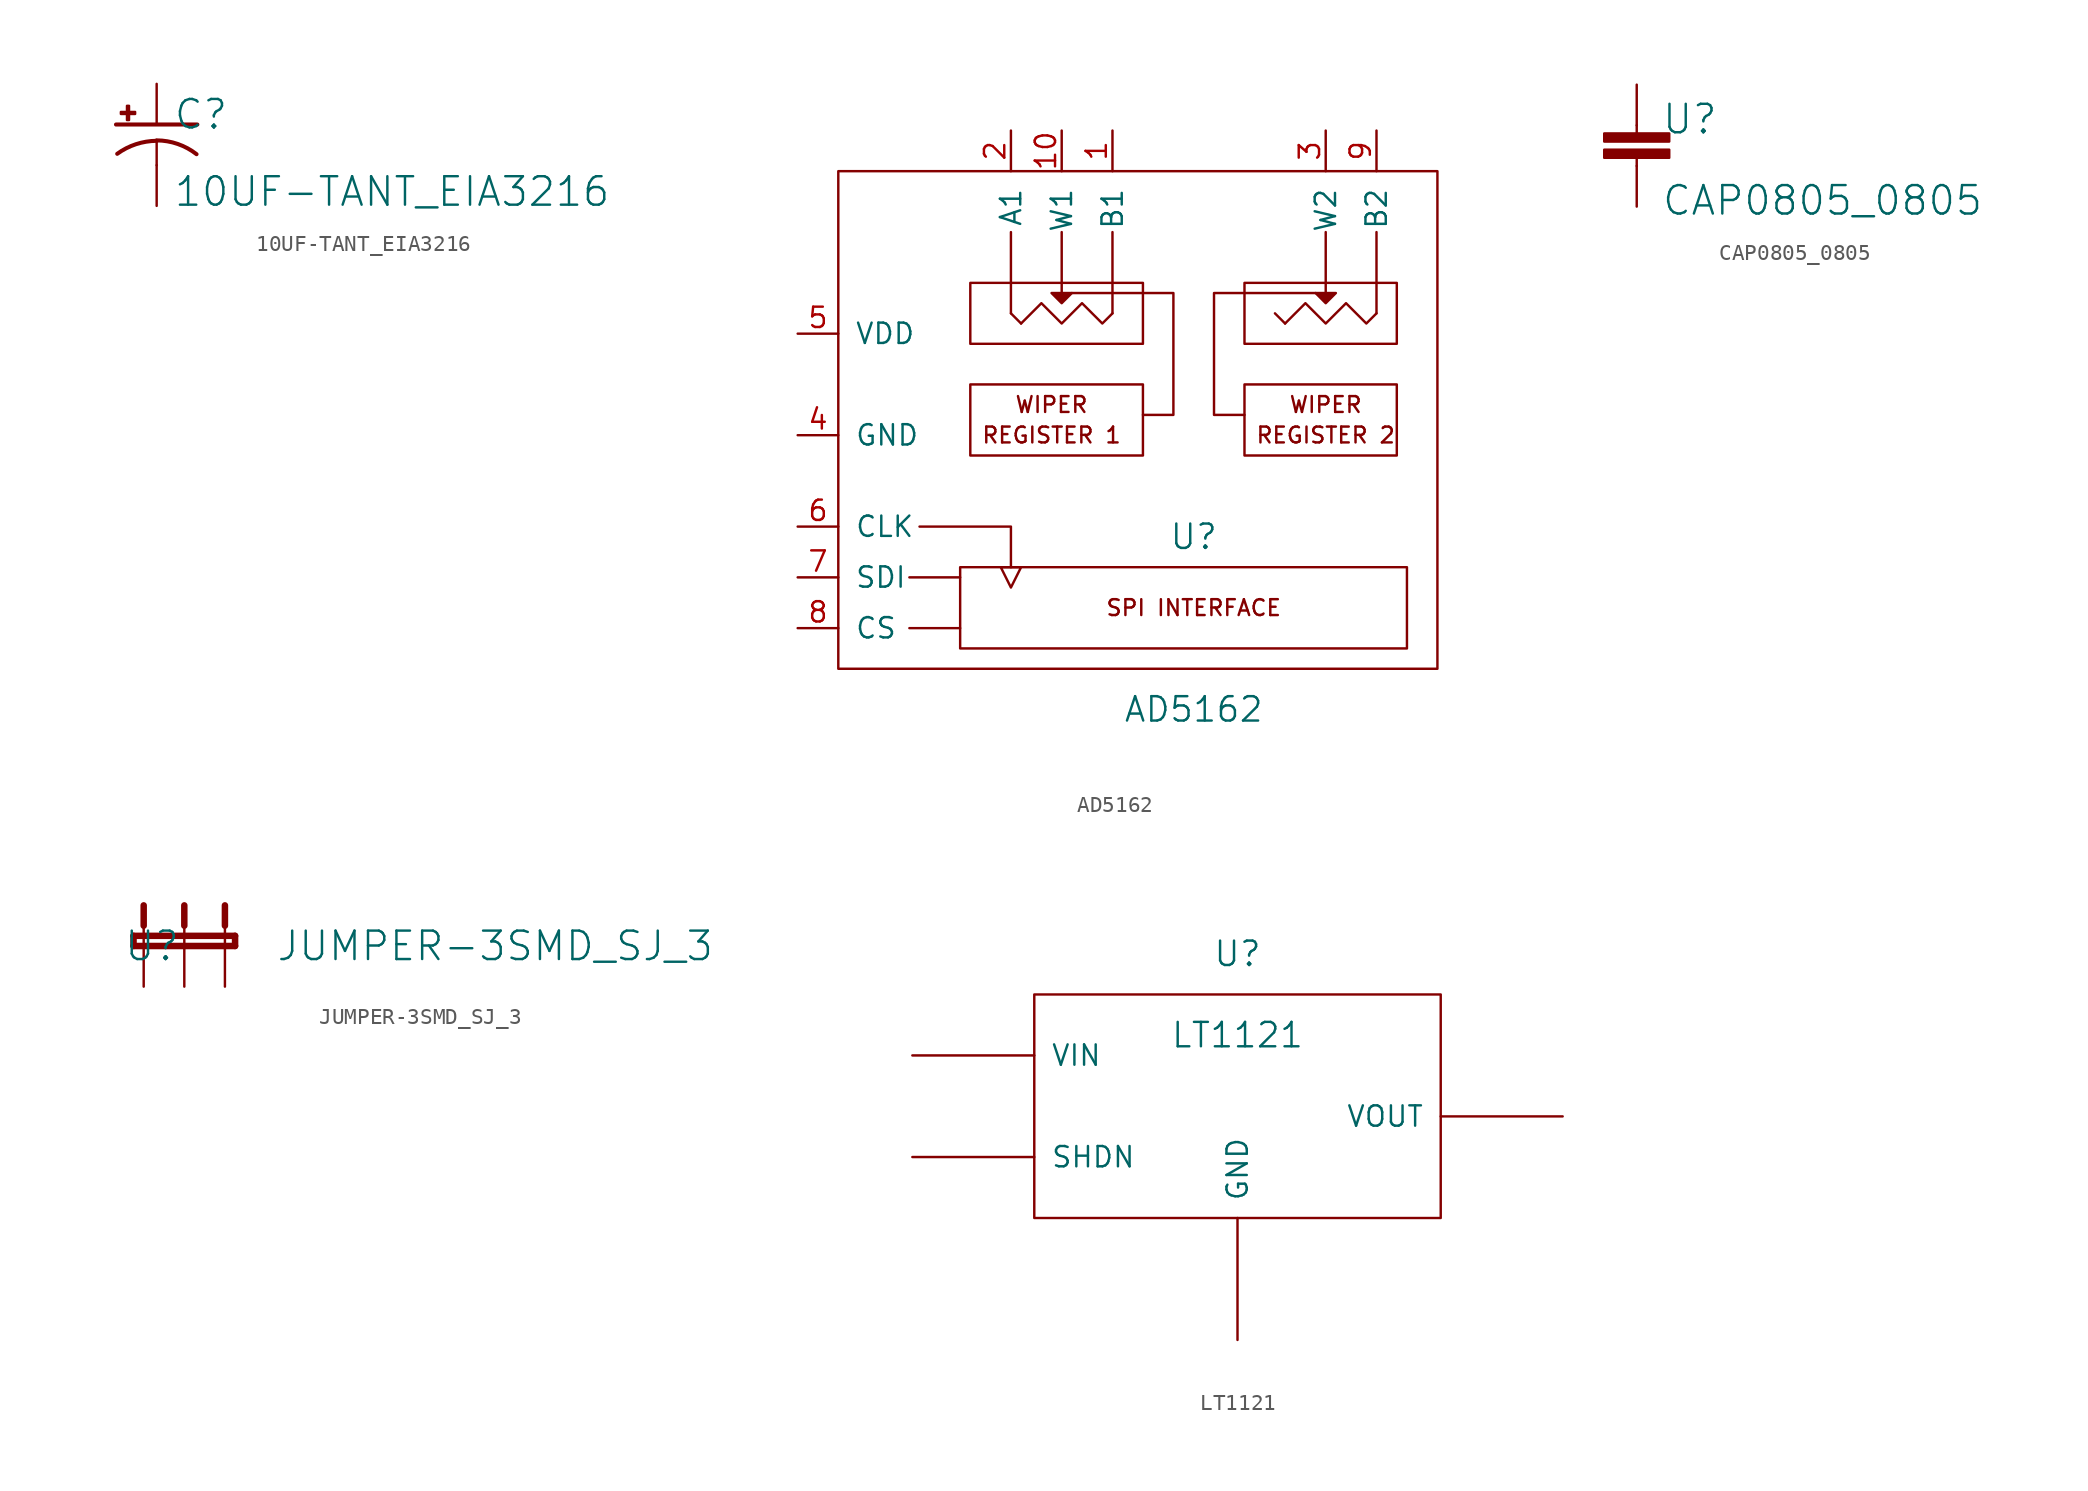
<source format=kicad_sym>
(kicad_symbol_lib
  (version 20211014)
  (generator kicad_symbol_editor)
  (symbol "10UF-TANT_EIA3216"
    (pin_names
      (offset 2.54))
    (property "Reference" "C"
      (at 1.016 0.635 0)
      (effects (font (size 1.778 1.778)) (justify left)))
    (property "Value" "10UF-TANT_EIA3216"
      (at 1.016 -4.191 0)
      (effects (font (size 1.778 1.778)) (justify left)))
    (property "Footprint" ""
      (at 0 0 0)
      (effects (font (size 1.524 1.524))))
    (property "Datasheet" ""
      (at 0 0 0)
      (effects (font (size 1.524 1.524))))
    (symbol "10UF-TANT_EIA3216_0_0"
      (arc (start 0 -1.016) (mid -1.2939 -1.2289) (end -2.4638 -1.8288) (stroke (width 0.254) (type default) (color 0 0 0 0)) (fill (type none)))
      (polyline (pts (xy -2.54 0) (xy 2.54 0)) (stroke (width 0.254) (type default) (color 0 0 0 0)) (fill (type none)))
      (polyline (pts (xy 0 -1.016) (xy 0 -2.54)) (stroke (width 0.152) (type default) (color 0 0 0 0)) (fill (type none)))
      (arc (start 2.4892 -1.8542) (mid 1.3167 -1.2157) (end 0 -0.9906) (stroke (width 0.254) (type default) (color 0 0 0 0)) (fill (type none)))
      (pin passive line (at 0 2.54 270) (length 2.54) (name "+" (effects (font (size 0 0)))) (number "A" (effects (font (size 0 0)))))
      (pin passive line (at 0 -5.08 90) (length 2.54) (name "-" (effects (font (size 0 0)))) (number "C" (effects (font (size 0 0))))))
    (symbol "10UF-TANT_EIA3216_0_1"
      (rectangle (start -2.235 0.66) (end -1.346 0.787) (stroke (width 0) (type default) (color 0 0 0 0)) (fill (type outline)))
      (rectangle (start -1.854 0.279) (end -1.727 1.168) (stroke (width 0) (type default) (color 0 0 0 0)) (fill (type outline)))))
  (symbol "AD5162"
    (pin_names
      (offset 1.016))
    (property "Reference" "U"
      (at 0 -1.905 0)
      (effects (font (size 1.524 1.524))))
    (property "Value" "AD5162"
      (at 0 -12.7 0)
      (effects (font (size 1.524 1.524))))
    (property "Footprint" ""
      (at 0 0 0)
      (effects (font (size 1.524 1.524))))
    (property "Datasheet" ""
      (at 0 0 0)
      (effects (font (size 1.524 1.524))))
    (symbol "AD5162_0_0"
      (polyline (pts (xy -17.78 -7.62) (xy -14.605 -7.62)) (stroke (width 0) (type default) (color 0 0 0 0)) (fill (type none)))
      (polyline (pts (xy -17.78 -4.445) (xy -14.605 -4.445)) (stroke (width 0) (type default) (color 0 0 0 0)) (fill (type none)))
      (polyline (pts (xy -11.43 12.065) (xy -11.43 17.145)) (stroke (width 0) (type default) (color 0 0 0 0)) (fill (type none)))
      (polyline (pts (xy -10.795 11.43) (xy -11.43 12.065)) (stroke (width 0) (type default) (color 0 0 0 0)) (fill (type none)))
      (polyline (pts (xy -5.08 12.065) (xy -5.08 17.145)) (stroke (width 0) (type default) (color 0 0 0 0)) (fill (type none)))
      (polyline (pts (xy 5.715 11.43) (xy 5.08 12.065)) (stroke (width 0) (type default) (color 0 0 0 0)) (fill (type none)))
      (polyline (pts (xy 8.255 17.145) (xy 8.255 13.335)) (stroke (width 0) (type default) (color 0 0 0 0)) (fill (type none)))
      (polyline (pts (xy 11.43 12.065) (xy 11.43 17.145)) (stroke (width 0) (type default) (color 0 0 0 0)) (fill (type none)))
      (polyline (pts (xy -17.145 -1.27) (xy -11.43 -1.27) (xy -11.43 -3.81)) (stroke (width 0) (type default) (color 0 0 0 0)) (fill (type none)))
      (polyline (pts (xy -3.175 5.715) (xy -1.27 5.715) (xy -1.27 13.335) (xy -7.62 13.335)) (stroke (width 0) (type default) (color 0 0 0 0)) (fill (type none)))
      (polyline (pts (xy 8.89 13.335) (xy 8.255 12.7) (xy 7.62 13.335) (xy 8.89 13.335)) (stroke (width 0) (type default) (color 0 0 0 0)) (fill (type outline)))
      (polyline (pts (xy -10.795 -3.81) (xy -11.43 -5.08) (xy -12.065 -3.81) (xy -10.795 -3.81) (xy -11.43 -3.81)) (stroke (width 0) (type default) (color 0 0 0 0)) (fill (type none)))
      (polyline (pts (xy 3.175 5.715) (xy 1.27 5.715) (xy 1.27 12.065) (xy 1.27 13.335) (xy 7.62 13.335)) (stroke (width 0) (type default) (color 0 0 0 0)) (fill (type none)))
      (polyline (pts (xy -10.795 11.43) (xy -9.525 12.7) (xy -8.255 11.43) (xy -6.985 12.7) (xy -5.715 11.43) (xy -5.08 12.065)) (stroke (width 0) (type default) (color 0 0 0 0)) (fill (type none)))
      (polyline (pts (xy -8.255 17.145) (xy -8.255 13.335) (xy -7.62 13.335) (xy -8.255 12.7) (xy -8.89 13.335) (xy -8.255 13.335)) (stroke (width 0) (type default) (color 0 0 0 0)) (fill (type outline)))
      (polyline (pts (xy 5.715 11.43) (xy 6.985 12.7) (xy 8.255 11.43) (xy 9.525 12.7) (xy 10.795 11.43) (xy 11.43 12.065)) (stroke (width 0) (type default) (color 0 0 0 0)) (fill (type none)))
      (text "REGISTER 1" (at -8.89 4.445 0) (effects (font (size 0.991 0.991))))
      (text "REGISTER 2" (at 8.255 4.445 0) (effects (font (size 0.991 0.991))))
      (text "SPI INTERFACE" (at 0 -6.35 0) (effects (font (size 0.991 0.991))))
      (text "WIPER" (at -8.89 6.35 0) (effects (font (size 0.991 0.991))))
      (text "WIPER" (at 8.255 6.35 0) (effects (font (size 0.991 0.991)))))
    (symbol "AD5162_0_1"
      (rectangle (start -22.225 20.955) (end 15.24 -10.16) (stroke (width 0) (type default) (color 0 0 0 0)) (fill (type none)))
      (rectangle (start -14.605 -3.81) (end 13.335 -8.89) (stroke (width 0) (type default) (color 0 0 0 0)) (fill (type none)))
      (rectangle (start -13.97 7.62) (end -3.175 3.175) (stroke (width 0) (type default) (color 0 0 0 0)) (fill (type none)))
      (rectangle (start -13.97 13.97) (end -3.175 10.16) (stroke (width 0) (type default) (color 0 0 0 0)) (fill (type none)))
      (rectangle (start 3.175 7.62) (end 12.7 3.175) (stroke (width 0) (type default) (color 0 0 0 0)) (fill (type none)))
      (rectangle (start 3.175 13.97) (end 12.7 10.16) (stroke (width 0) (type default) (color 0 0 0 0)) (fill (type none))))
    (symbol "AD5162_1_1"
      (pin input line (at -5.08 23.495 270) (length 2.54) (name "B1" (effects (font (size 1.27 1.27)))) (number "1" (effects (font (size 1.27 1.27)))))
      (pin input line (at -8.255 23.495 270) (length 2.54) (name "W1" (effects (font (size 1.27 1.27)))) (number "10" (effects (font (size 1.27 1.27)))))
      (pin input line (at -11.43 23.495 270) (length 2.54) (name "A1" (effects (font (size 1.27 1.27)))) (number "2" (effects (font (size 1.27 1.27)))))
      (pin input line (at 8.255 23.495 270) (length 2.54) (name "W2" (effects (font (size 1.27 1.27)))) (number "3" (effects (font (size 1.27 1.27)))))
      (pin input line (at -24.765 4.445 0) (length 2.54) (name "GND" (effects (font (size 1.27 1.27)))) (number "4" (effects (font (size 1.27 1.27)))))
      (pin input line (at -24.765 10.795 0) (length 2.54) (name "VDD" (effects (font (size 1.27 1.27)))) (number "5" (effects (font (size 1.27 1.27)))))
      (pin input line (at -24.765 -1.27 0) (length 2.54) (name "CLK" (effects (font (size 1.27 1.27)))) (number "6" (effects (font (size 1.27 1.27)))))
      (pin input line (at -24.765 -4.445 0) (length 2.54) (name "SDI" (effects (font (size 1.27 1.27)))) (number "7" (effects (font (size 1.27 1.27)))))
      (pin input line (at -24.765 -7.62 0) (length 2.54) (name "CS" (effects (font (size 1.27 1.27)))) (number "8" (effects (font (size 1.27 1.27)))))
      (pin input line (at 11.43 23.495 270) (length 2.54) (name "B2" (effects (font (size 1.27 1.27)))) (number "9" (effects (font (size 1.27 1.27)))))))
  (symbol "CAP0805_0805"
    (pin_names
      (offset 2.54))
    (property "Reference" "U"
      (at 1.524 2.921 0)
      (effects (font (size 1.778 1.778)) (justify left)))
    (property "Value" "CAP0805_0805"
      (at 1.524 -2.159 0)
      (effects (font (size 1.778 1.778)) (justify left)))
    (property "Footprint" ""
      (at 0 0 0)
      (effects (font (size 1.524 1.524))))
    (property "Datasheet" ""
      (at 0 0 0)
      (effects (font (size 1.524 1.524))))
    (symbol "CAP0805_0805_0_0"
      (polyline (pts (xy 0 0) (xy 0 0.508)) (stroke (width 0.152) (type default) (color 0 0 0 0)) (fill (type none)))
      (polyline (pts (xy 0 2.54) (xy 0 2.032)) (stroke (width 0.152) (type default) (color 0 0 0 0)) (fill (type none)))
      (pin passive line (at 0 5.08 270) (length 2.54) (name "1" (effects (font (size 0 0)))) (number "1" (effects (font (size 0 0)))))
      (pin passive line (at 0 -2.54 90) (length 2.54) (name "2" (effects (font (size 0 0)))) (number "2" (effects (font (size 0 0))))))
    (symbol "CAP0805_0805_0_1"
      (rectangle (start -2.032 0.508) (end 2.032 1.016) (stroke (width 0) (type default) (color 0 0 0 0)) (fill (type outline)))
      (rectangle (start -2.032 1.524) (end 2.032 2.032) (stroke (width 0) (type default) (color 0 0 0 0)) (fill (type outline)))))
  (symbol "JUMPER-3SMD_SJ_3"
    (pin_names
      (offset 2.54))
    (property "Reference" "U"
      (at -3.81 0 0)
      (effects (font (size 1.778 1.778)) (justify left)))
    (property "Value" "JUMPER-3SMD_SJ_3"
      (at 5.715 0 0)
      (effects (font (size 1.778 1.778)) (justify left)))
    (property "Footprint" ""
      (at 0 0 0)
      (effects (font (size 1.524 1.524))))
    (property "Datasheet" ""
      (at 0 0 0)
      (effects (font (size 1.524 1.524))))
    (symbol "JUMPER-3SMD_SJ_3_0_0"
      (polyline (pts (xy -3.175 0) (xy 0 0)) (stroke (width 0.406) (type default) (color 0 0 0 0)) (fill (type none)))
      (polyline (pts (xy -3.175 0.635) (xy -3.175 0)) (stroke (width 0.406) (type default) (color 0 0 0 0)) (fill (type none)))
      (polyline (pts (xy -2.54 0) (xy -2.54 1.27)) (stroke (width 0.152) (type default) (color 0 0 0 0)) (fill (type none)))
      (polyline (pts (xy -2.54 2.54) (xy -2.54 1.27)) (stroke (width 0.406) (type default) (color 0 0 0 0)) (fill (type none)))
      (polyline (pts (xy 0 0) (xy 0 1.27)) (stroke (width 0.152) (type default) (color 0 0 0 0)) (fill (type none)))
      (polyline (pts (xy 0 0) (xy 2.54 0)) (stroke (width 0.406) (type default) (color 0 0 0 0)) (fill (type none)))
      (polyline (pts (xy 0 2.54) (xy 0 1.27)) (stroke (width 0.406) (type default) (color 0 0 0 0)) (fill (type none)))
      (polyline (pts (xy 2.54 0) (xy 2.54 1.27)) (stroke (width 0.152) (type default) (color 0 0 0 0)) (fill (type none)))
      (polyline (pts (xy 2.54 0) (xy 3.175 0)) (stroke (width 0.406) (type default) (color 0 0 0 0)) (fill (type none)))
      (polyline (pts (xy 2.54 2.54) (xy 2.54 1.27)) (stroke (width 0.406) (type default) (color 0 0 0 0)) (fill (type none)))
      (polyline (pts (xy 3.175 0) (xy 3.175 0.635)) (stroke (width 0.406) (type default) (color 0 0 0 0)) (fill (type none)))
      (polyline (pts (xy 3.175 0.635) (xy -3.175 0.635)) (stroke (width 0.406) (type default) (color 0 0 0 0)) (fill (type none)))
      (pin passive line (at -2.54 -2.54 90) (length 2.54) (name "1" (effects (font (size 0 0)))) (number "1" (effects (font (size 0 0)))))
      (pin passive line (at 0 -2.54 90) (length 2.54) (name "2" (effects (font (size 0 0)))) (number "2" (effects (font (size 0 0)))))
      (pin passive line (at 2.54 -2.54 90) (length 2.54) (name "3" (effects (font (size 0 0)))) (number "3" (effects (font (size 0 0)))))))
  (symbol "LT1121"
    (pin_names
      (offset 1.016))
    (property "Reference" "U"
      (at 0 10.16 0)
      (effects (font (size 1.524 1.524))))
    (property "Value" "LT1121"
      (at 0 5.08 0)
      (effects (font (size 1.524 1.524))))
    (property "Footprint" ""
      (at 0 0 0)
      (effects (font (size 1.524 1.524))))
    (property "Datasheet" ""
      (at 0 0 0)
      (effects (font (size 1.524 1.524))))
    (symbol "LT1121_0_1"
      (rectangle (start -12.7 7.62) (end 12.7 -6.35) (stroke (width 0) (type default) (color 0 0 0 0)) (fill (type none))))
    (symbol "LT1121_1_1"
      (pin input line (at 0 -13.97 90) (length 7.62) (name "GND" (effects (font (size 1.27 1.27)))) (number "~" (effects (font (size 1.27 1.27)))))
      (pin input line (at -20.32 -2.54 0) (length 7.62) (name "SHDN" (effects (font (size 1.27 1.27)))) (number "~" (effects (font (size 1.27 1.27)))))
      (pin input line (at -20.32 3.81 0) (length 7.62) (name "VIN" (effects (font (size 1.27 1.27)))) (number "~" (effects (font (size 1.27 1.27)))))
      (pin output line (at 20.32 0 180) (length 7.62) (name "VOUT" (effects (font (size 1.27 1.27)))) (number "~" (effects (font (size 1.27 1.27))))))))
</source>
